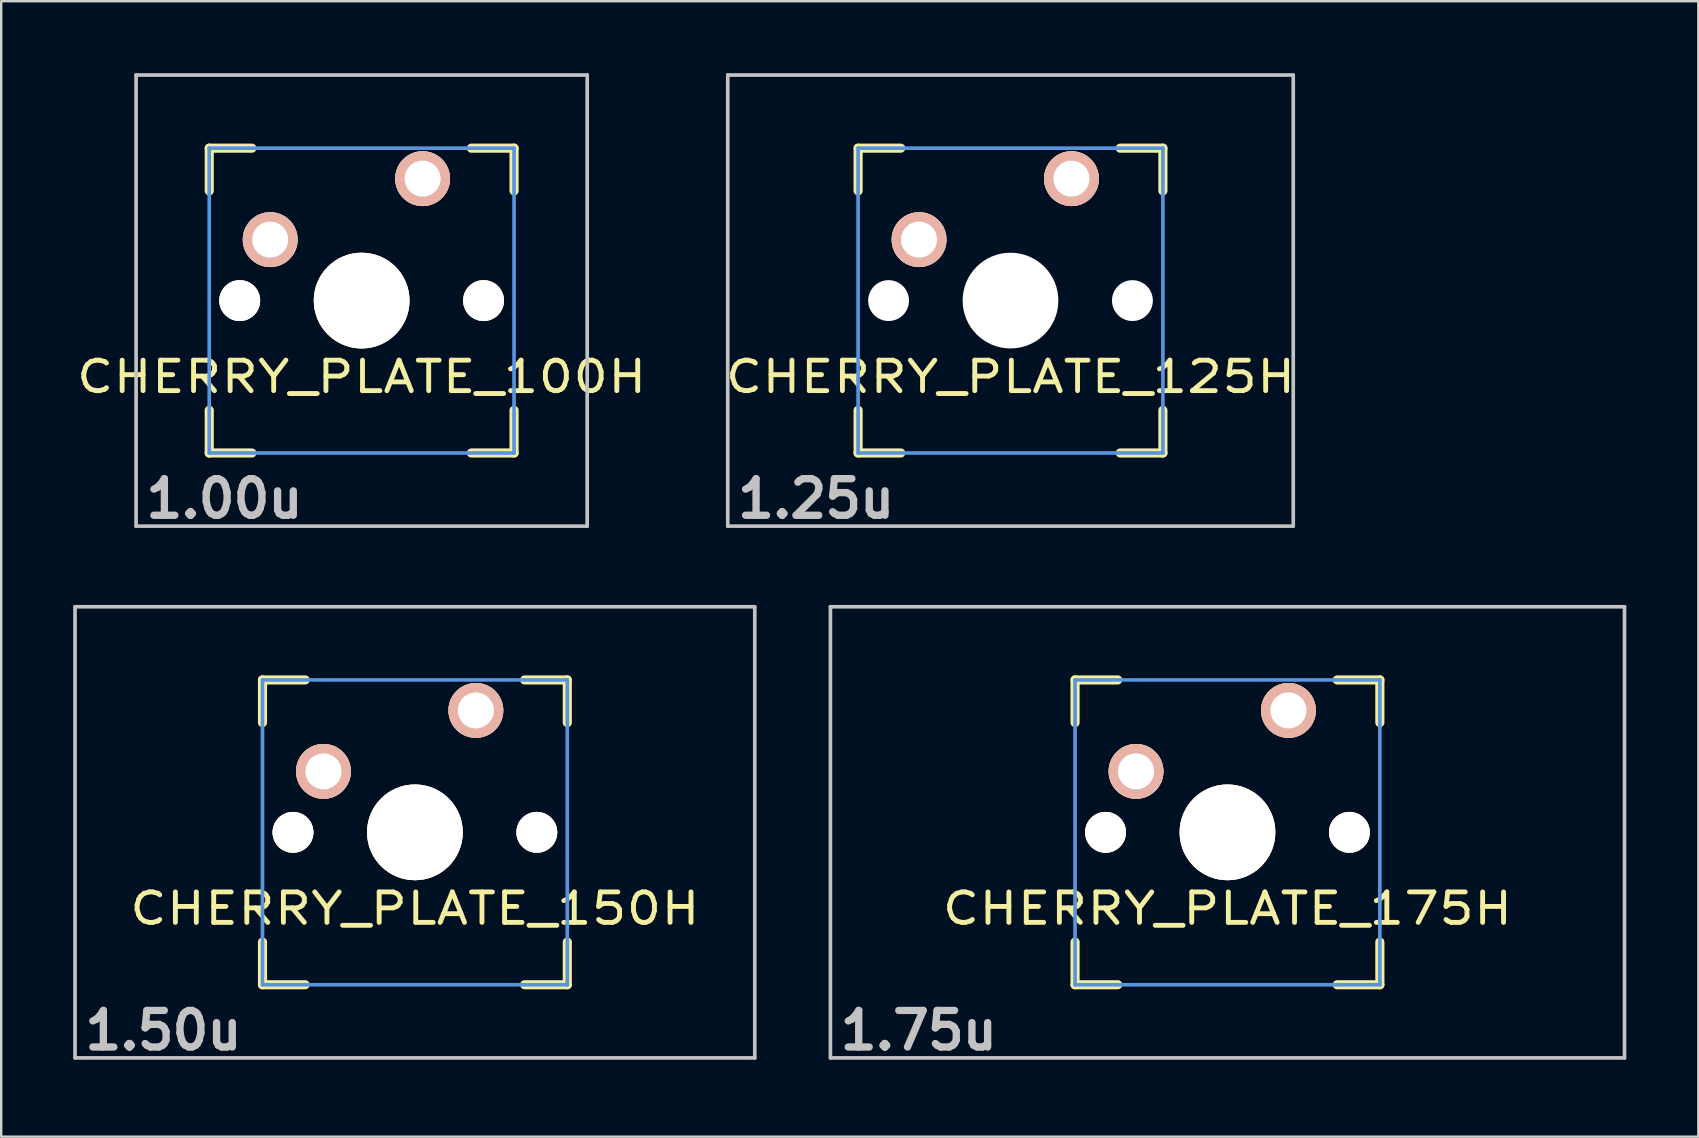
<source format=kicad_pcb>
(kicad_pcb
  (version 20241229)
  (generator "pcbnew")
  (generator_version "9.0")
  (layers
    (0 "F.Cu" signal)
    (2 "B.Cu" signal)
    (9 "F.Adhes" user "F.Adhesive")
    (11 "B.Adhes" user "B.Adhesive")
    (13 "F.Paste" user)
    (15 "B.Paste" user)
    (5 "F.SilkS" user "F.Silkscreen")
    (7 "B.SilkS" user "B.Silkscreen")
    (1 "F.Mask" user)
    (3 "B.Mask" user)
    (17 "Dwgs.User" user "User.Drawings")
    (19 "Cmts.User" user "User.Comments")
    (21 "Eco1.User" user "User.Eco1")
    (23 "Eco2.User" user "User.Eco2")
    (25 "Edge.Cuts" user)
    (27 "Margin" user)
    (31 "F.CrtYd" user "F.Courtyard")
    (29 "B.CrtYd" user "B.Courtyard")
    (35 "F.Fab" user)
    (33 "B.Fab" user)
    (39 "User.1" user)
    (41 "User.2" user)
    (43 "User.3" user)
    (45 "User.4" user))
  (footprint "CHERRY_PLATE_150H"
    (layer "F.Cu")
    (at 14.237 31.63)
    (property "Reference" "CHERRY_PLATE_150H" (at 0 3.175 0) (layer "F.SilkS") (effects (font (size 1.27 1.524) (thickness 0.203))))
    (attr through_hole)
    (fp_line (start -6.35 -6.35) (end -4.572 -6.35) (stroke (width 0.381) (type solid)) (layer "F.SilkS"))
    (fp_line (start -6.35 -4.572) (end -6.35 -6.35) (stroke (width 0.381) (type solid)) (layer "F.SilkS"))
    (fp_line (start -6.35 6.35) (end -6.35 4.572) (stroke (width 0.381) (type solid)) (layer "F.SilkS"))
    (fp_line (start -4.572 6.35) (end -6.35 6.35) (stroke (width 0.381) (type solid)) (layer "F.SilkS"))
    (fp_line (start 4.572 -6.35) (end 6.35 -6.35) (stroke (width 0.381) (type solid)) (layer "F.SilkS"))
    (fp_line (start 6.35 -6.35) (end 6.35 -4.572) (stroke (width 0.381) (type solid)) (layer "F.SilkS"))
    (fp_line (start 6.35 4.572) (end 6.35 6.35) (stroke (width 0.381) (type solid)) (layer "F.SilkS"))
    (fp_line (start 6.35 6.35) (end 4.572 6.35) (stroke (width 0.381) (type solid)) (layer "F.SilkS"))
    (fp_line (start -14.161 -9.398) (end 14.161 -9.398) (stroke (width 0.152) (type solid)) (layer "Dwgs.User"))
    (fp_line (start -14.161 9.398) (end -14.161 -9.398) (stroke (width 0.152) (type solid)) (layer "Dwgs.User"))
    (fp_line (start 14.161 -9.398) (end 14.161 9.398) (stroke (width 0.152) (type solid)) (layer "Dwgs.User"))
    (fp_line (start 14.161 9.398) (end -14.161 9.398) (stroke (width 0.152) (type solid)) (layer "Dwgs.User"))
    (fp_line (start -6.35 -6.35) (end 6.35 -6.35) (stroke (width 0.152) (type solid)) (layer "Cmts.User"))
    (fp_line (start -6.35 6.35) (end -6.35 -6.35) (stroke (width 0.152) (type solid)) (layer "Cmts.User"))
    (fp_line (start 6.35 -6.35) (end 6.35 6.35) (stroke (width 0.152) (type solid)) (layer "Cmts.User"))
    (fp_line (start 6.35 6.35) (end -6.35 6.35) (stroke (width 0.152) (type solid)) (layer "Cmts.User"))
    (fp_text user "1.50u" (at -10.477 8.255 0) (layer "Dwgs.User") (effects (font (size 1.524 1.524) (thickness 0.305))))
    (pad "1" thru_hole circle (at 2.54 -5.08) (size 2.286 2.286) (drill 1.499) (layers "*.Cu" "*.SilkS" "*.Mask"))
    (pad "2" thru_hole circle (at -3.81 -2.54) (size 2.286 2.286) (drill 1.499) (layers "*.Cu" "*.SilkS" "*.Mask"))
    (pad "HOLE" thru_hole circle (at -5.08 0) (size 1.702 1.702) (drill 1.702) (layers "*.Cu" "*.Mask" "F.SilkS"))
    (pad "HOLE" thru_hole circle (at 0 0) (size 3.988 3.988) (drill 3.988) (layers "*.Cu" "*.Mask" "F.SilkS"))
    (pad "HOLE" thru_hole circle (at 5.08 0) (size 1.702 1.702) (drill 1.702) (layers "*.Cu" "*.Mask" "F.SilkS")))
  (footprint "CHERRY_PLATE_125H"
    (layer "F.Cu")
    (at 39.053 9.474)
    (property "Reference" "CHERRY_PLATE_125H" (at 0 3.175 0) (layer "F.SilkS") (effects (font (size 1.27 1.524) (thickness 0.203))))
    (attr through_hole)
    (fp_line (start -6.35 -6.35) (end -4.572 -6.35) (stroke (width 0.381) (type solid)) (layer "F.SilkS"))
    (fp_line (start -6.35 -4.572) (end -6.35 -6.35) (stroke (width 0.381) (type solid)) (layer "F.SilkS"))
    (fp_line (start -6.35 6.35) (end -6.35 4.572) (stroke (width 0.381) (type solid)) (layer "F.SilkS"))
    (fp_line (start -4.572 6.35) (end -6.35 6.35) (stroke (width 0.381) (type solid)) (layer "F.SilkS"))
    (fp_line (start 4.572 -6.35) (end 6.35 -6.35) (stroke (width 0.381) (type solid)) (layer "F.SilkS"))
    (fp_line (start 6.35 -6.35) (end 6.35 -4.572) (stroke (width 0.381) (type solid)) (layer "F.SilkS"))
    (fp_line (start 6.35 4.572) (end 6.35 6.35) (stroke (width 0.381) (type solid)) (layer "F.SilkS"))
    (fp_line (start 6.35 6.35) (end 4.572 6.35) (stroke (width 0.381) (type solid)) (layer "F.SilkS"))
    (fp_line (start -11.781 -9.398) (end 11.781 -9.398) (stroke (width 0.152) (type solid)) (layer "Dwgs.User"))
    (fp_line (start -11.781 9.398) (end -11.781 -9.398) (stroke (width 0.152) (type solid)) (layer "Dwgs.User"))
    (fp_line (start 11.781 -9.398) (end 11.781 9.398) (stroke (width 0.152) (type solid)) (layer "Dwgs.User"))
    (fp_line (start 11.781 9.398) (end -11.781 9.398) (stroke (width 0.152) (type solid)) (layer "Dwgs.User"))
    (fp_line (start -6.35 -6.35) (end 6.35 -6.35) (stroke (width 0.152) (type solid)) (layer "Cmts.User"))
    (fp_line (start -6.35 6.35) (end -6.35 -6.35) (stroke (width 0.152) (type solid)) (layer "Cmts.User"))
    (fp_line (start 6.35 -6.35) (end 6.35 6.35) (stroke (width 0.152) (type solid)) (layer "Cmts.User"))
    (fp_line (start 6.35 6.35) (end -6.35 6.35) (stroke (width 0.152) (type solid)) (layer "Cmts.User"))
    (fp_text user "1.25u" (at -8.098 8.255 0) (layer "Dwgs.User") (effects (font (size 1.524 1.524) (thickness 0.305))))
    (pad "" np_thru_hole circle (at -5.08 0) (size 1.702 1.702) (drill 1.702) (layers "*.Cu"))
    (pad "" np_thru_hole circle (at 0 0) (size 3.988 3.988) (drill 3.988) (layers "*.Cu"))
    (pad "" np_thru_hole circle (at 5.08 0) (size 1.702 1.702) (drill 1.702) (layers "*.Cu"))
    (pad "1" thru_hole circle (at 2.54 -5.08) (size 2.286 2.286) (drill 1.499) (layers "*.Cu" "*.SilkS" "*.Mask"))
    (pad "2" thru_hole circle (at -3.81 -2.54) (size 2.286 2.286) (drill 1.499) (layers "*.Cu" "*.SilkS" "*.Mask")))
  (footprint "CHERRY_PLATE_175H"
    (layer "F.Cu")
    (at 48.093 31.63)
    (property "Reference" "CHERRY_PLATE_175H" (at 0 3.175 0) (layer "F.SilkS") (effects (font (size 1.27 1.524) (thickness 0.203))))
    (attr through_hole)
    (fp_line (start -6.35 -6.35) (end -4.572 -6.35) (stroke (width 0.381) (type solid)) (layer "F.SilkS"))
    (fp_line (start -6.35 -4.572) (end -6.35 -6.35) (stroke (width 0.381) (type solid)) (layer "F.SilkS"))
    (fp_line (start -6.35 6.35) (end -6.35 4.572) (stroke (width 0.381) (type solid)) (layer "F.SilkS"))
    (fp_line (start -4.572 6.35) (end -6.35 6.35) (stroke (width 0.381) (type solid)) (layer "F.SilkS"))
    (fp_line (start 4.572 -6.35) (end 6.35 -6.35) (stroke (width 0.381) (type solid)) (layer "F.SilkS"))
    (fp_line (start 6.35 -6.35) (end 6.35 -4.572) (stroke (width 0.381) (type solid)) (layer "F.SilkS"))
    (fp_line (start 6.35 4.572) (end 6.35 6.35) (stroke (width 0.381) (type solid)) (layer "F.SilkS"))
    (fp_line (start 6.35 6.35) (end 4.572 6.35) (stroke (width 0.381) (type solid)) (layer "F.SilkS"))
    (fp_line (start -16.543 -9.398) (end 16.543 -9.398) (stroke (width 0.152) (type solid)) (layer "Dwgs.User"))
    (fp_line (start -16.543 9.398) (end -16.543 -9.398) (stroke (width 0.152) (type solid)) (layer "Dwgs.User"))
    (fp_line (start 16.543 -9.398) (end 16.543 9.398) (stroke (width 0.152) (type solid)) (layer "Dwgs.User"))
    (fp_line (start 16.543 9.398) (end -16.543 9.398) (stroke (width 0.152) (type solid)) (layer "Dwgs.User"))
    (fp_line (start -6.35 -6.35) (end 6.35 -6.35) (stroke (width 0.152) (type solid)) (layer "Cmts.User"))
    (fp_line (start -6.35 6.35) (end -6.35 -6.35) (stroke (width 0.152) (type solid)) (layer "Cmts.User"))
    (fp_line (start 6.35 -6.35) (end 6.35 6.35) (stroke (width 0.152) (type solid)) (layer "Cmts.User"))
    (fp_line (start 6.35 6.35) (end -6.35 6.35) (stroke (width 0.152) (type solid)) (layer "Cmts.User"))
    (fp_text user "1.75u" (at -12.86 8.255 0) (layer "Dwgs.User") (effects (font (size 1.524 1.524) (thickness 0.305))))
    (pad "1" thru_hole circle (at 2.54 -5.08) (size 2.286 2.286) (drill 1.499) (layers "*.Cu" "*.SilkS" "*.Mask"))
    (pad "2" thru_hole circle (at -3.81 -2.54) (size 2.286 2.286) (drill 1.499) (layers "*.Cu" "*.SilkS" "*.Mask"))
    (pad "HOLE" thru_hole circle (at -5.08 0) (size 1.702 1.702) (drill 1.702) (layers "*.Cu" "*.Mask" "F.SilkS"))
    (pad "HOLE" thru_hole circle (at 0 0) (size 3.988 3.988) (drill 3.988) (layers "*.Cu" "*.Mask" "F.SilkS"))
    (pad "HOLE" thru_hole circle (at 5.08 0) (size 1.702 1.702) (drill 1.702) (layers "*.Cu" "*.Mask" "F.SilkS")))
  (footprint "CHERRY_PLATE_100H"
    (layer "F.Cu")
    (at 12.018 9.474)
    (property "Reference" "CHERRY_PLATE_100H" (at 0 3.175 0) (layer "F.SilkS") (effects (font (size 1.27 1.524) (thickness 0.203))))
    (attr through_hole)
    (fp_line (start -6.35 -6.35) (end -4.572 -6.35) (stroke (width 0.381) (type solid)) (layer "F.SilkS"))
    (fp_line (start -6.35 -4.572) (end -6.35 -6.35) (stroke (width 0.381) (type solid)) (layer "F.SilkS"))
    (fp_line (start -6.35 6.35) (end -6.35 4.572) (stroke (width 0.381) (type solid)) (layer "F.SilkS"))
    (fp_line (start -4.572 6.35) (end -6.35 6.35) (stroke (width 0.381) (type solid)) (layer "F.SilkS"))
    (fp_line (start 4.572 -6.35) (end 6.35 -6.35) (stroke (width 0.381) (type solid)) (layer "F.SilkS"))
    (fp_line (start 6.35 -6.35) (end 6.35 -4.572) (stroke (width 0.381) (type solid)) (layer "F.SilkS"))
    (fp_line (start 6.35 4.572) (end 6.35 6.35) (stroke (width 0.381) (type solid)) (layer "F.SilkS"))
    (fp_line (start 6.35 6.35) (end 4.572 6.35) (stroke (width 0.381) (type solid)) (layer "F.SilkS"))
    (fp_line (start -9.398 -9.398) (end 9.398 -9.398) (stroke (width 0.152) (type solid)) (layer "Dwgs.User"))
    (fp_line (start -9.398 9.398) (end -9.398 -9.398) (stroke (width 0.152) (type solid)) (layer "Dwgs.User"))
    (fp_line (start 9.398 -9.398) (end 9.398 9.398) (stroke (width 0.152) (type solid)) (layer "Dwgs.User"))
    (fp_line (start 9.398 9.398) (end -9.398 9.398) (stroke (width 0.152) (type solid)) (layer "Dwgs.User"))
    (fp_line (start -6.35 -6.35) (end 6.35 -6.35) (stroke (width 0.152) (type solid)) (layer "Cmts.User"))
    (fp_line (start -6.35 6.35) (end -6.35 -6.35) (stroke (width 0.152) (type solid)) (layer "Cmts.User"))
    (fp_line (start 6.35 -6.35) (end 6.35 6.35) (stroke (width 0.152) (type solid)) (layer "Cmts.User"))
    (fp_line (start 6.35 6.35) (end -6.35 6.35) (stroke (width 0.152) (type solid)) (layer "Cmts.User"))
    (fp_text user "1.00u" (at -5.715 8.255 0) (layer "Dwgs.User") (effects (font (size 1.524 1.524) (thickness 0.305))))
    (pad "1" thru_hole circle (at 2.54 -5.08) (size 2.286 2.286) (drill 1.499) (layers "*.Cu" "*.SilkS" "*.Mask"))
    (pad "2" thru_hole circle (at -3.81 -2.54) (size 2.286 2.286) (drill 1.499) (layers "*.Cu" "*.SilkS" "*.Mask"))
    (pad "HOLE" thru_hole circle (at -5.08 0) (size 1.702 1.702) (drill 1.702) (layers "*.Cu" "*.Mask" "F.SilkS"))
    (pad "HOLE" thru_hole circle (at 0 0) (size 3.988 3.988) (drill 3.988) (layers "*.Cu" "*.Mask" "F.SilkS"))
    (pad "HOLE" thru_hole circle (at 5.08 0) (size 1.702 1.702) (drill 1.702) (layers "*.Cu" "*.Mask" "F.SilkS")))
  (gr_rect
    (start -3 -3)
    (end 67.712 44.311)
    (stroke (width 0.1) (type default))
    (fill no)
    (layer "Edge.Cuts")))
</source>
